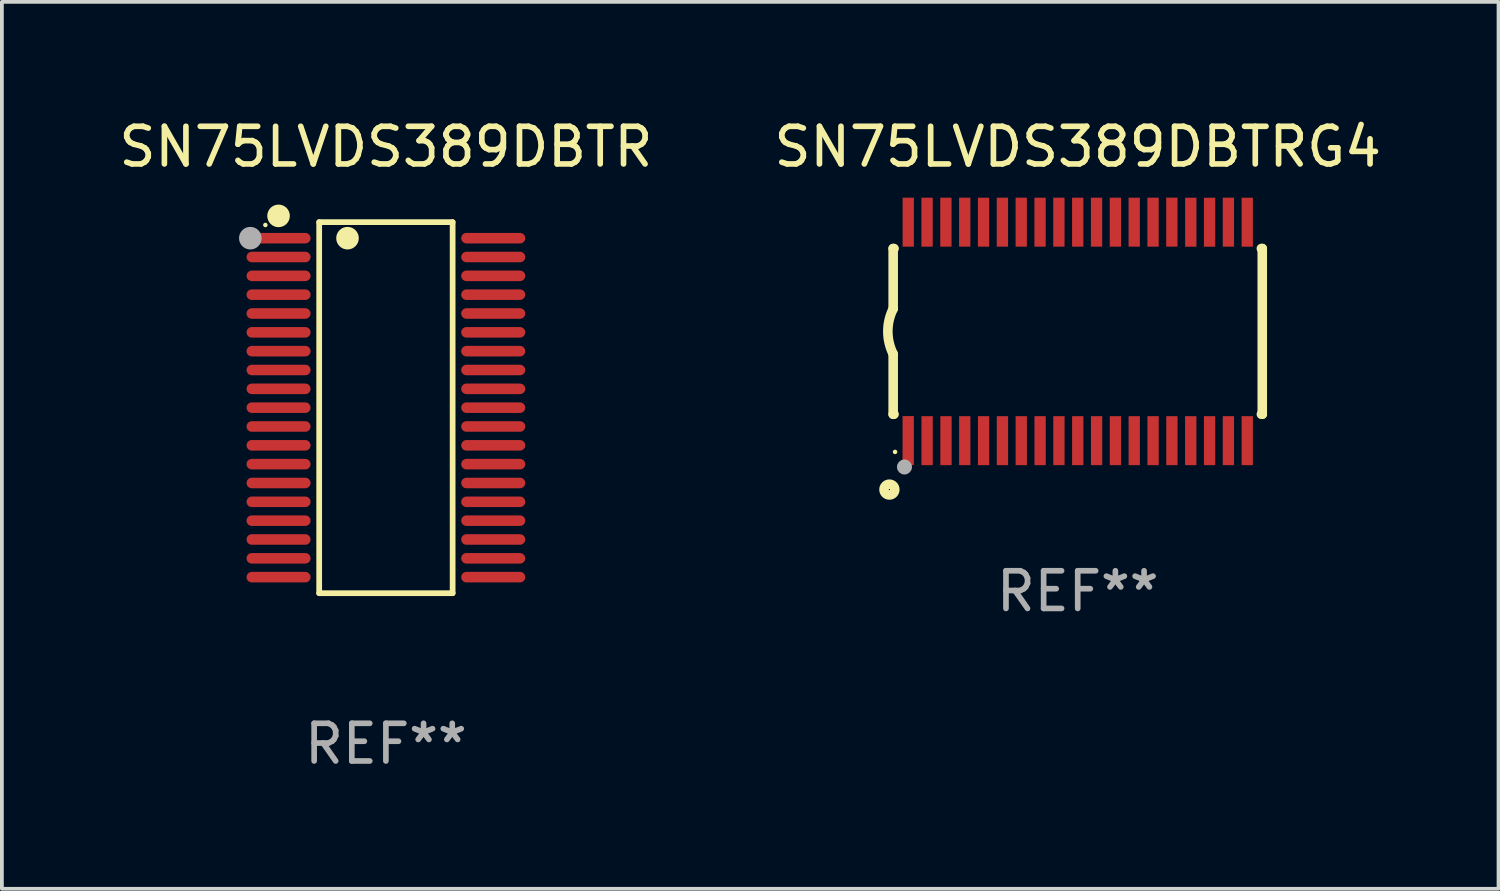
<source format=kicad_pcb>
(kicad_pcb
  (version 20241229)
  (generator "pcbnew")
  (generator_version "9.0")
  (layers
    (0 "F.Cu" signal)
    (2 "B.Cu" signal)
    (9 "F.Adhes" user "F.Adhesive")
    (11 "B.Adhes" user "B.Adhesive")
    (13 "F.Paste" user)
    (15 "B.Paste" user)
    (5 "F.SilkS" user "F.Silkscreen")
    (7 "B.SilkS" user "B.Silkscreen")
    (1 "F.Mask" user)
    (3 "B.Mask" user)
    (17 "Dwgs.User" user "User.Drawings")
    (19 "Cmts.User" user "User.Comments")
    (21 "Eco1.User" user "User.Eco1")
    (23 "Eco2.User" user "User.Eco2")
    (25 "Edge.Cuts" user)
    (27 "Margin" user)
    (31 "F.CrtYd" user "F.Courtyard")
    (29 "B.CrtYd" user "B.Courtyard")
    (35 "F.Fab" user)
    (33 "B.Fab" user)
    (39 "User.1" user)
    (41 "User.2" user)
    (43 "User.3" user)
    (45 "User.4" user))
  (footprint "SN75LVDS389DBTR"
    (layer "F.Cu")
    (at 7.196 7.774)
    (property "Reference" "SN75LVDS389DBTR" (at 0 -6.926 0) (layer "F.SilkS") (effects (font (size 1 1) (thickness 0.15))))
    (attr through_hole)
    (fp_line (start -1.771 -4.926) (end 1.772 -4.926) (stroke (width 0.152) (type solid)) (layer "F.SilkS"))
    (fp_line (start -1.771 4.926) (end -1.771 -4.926) (stroke (width 0.152) (type solid)) (layer "F.SilkS"))
    (fp_line (start 1.772 -4.926) (end 1.772 4.926) (stroke (width 0.152) (type solid)) (layer "F.SilkS"))
    (fp_line (start 1.772 4.926) (end -1.771 4.926) (stroke (width 0.152) (type solid)) (layer "F.SilkS"))
    (fp_circle (center -3.2 -4.85) (end -3.17 -4.85) (stroke (width 0.06) (type solid)) (fill no) (layer "F.SilkS"))
    (fp_circle (center -2.85 -5.092) (end -2.7 -5.092) (stroke (width 0.3) (type solid)) (fill no) (layer "F.SilkS"))
    (fp_circle (center -1.019 -4.5) (end -0.869 -4.5) (stroke (width 0.3) (type solid)) (fill no) (layer "F.SilkS"))
    (fp_circle (center -3.6 -4.5) (end -3.45 -4.5) (stroke (width 0.3) (type solid)) (fill no) (layer "F.Fab"))
    (fp_text user "REF**" (at 0 8.926 0) (layer "F.Fab") (effects (font (size 1 1) (thickness 0.15))))
    (pad "1" smd oval (at -2.85 -4.5 270) (size 0.28 1.7) (layers "F.Cu" "F.Mask" "F.Paste"))
    (pad "2" smd oval (at -2.85 -4 270) (size 0.28 1.7) (layers "F.Cu" "F.Mask" "F.Paste"))
    (pad "3" smd oval (at -2.85 -3.5 270) (size 0.28 1.7) (layers "F.Cu" "F.Mask" "F.Paste"))
    (pad "4" smd oval (at -2.85 -3 270) (size 0.28 1.7) (layers "F.Cu" "F.Mask" "F.Paste"))
    (pad "5" smd oval (at -2.85 -2.5 270) (size 0.28 1.7) (layers "F.Cu" "F.Mask" "F.Paste"))
    (pad "6" smd oval (at -2.85 -2 270) (size 0.28 1.7) (layers "F.Cu" "F.Mask" "F.Paste"))
    (pad "7" smd oval (at -2.85 -1.5 270) (size 0.28 1.7) (layers "F.Cu" "F.Mask" "F.Paste"))
    (pad "8" smd oval (at -2.85 -1 270) (size 0.28 1.7) (layers "F.Cu" "F.Mask" "F.Paste"))
    (pad "9" smd oval (at -2.85 -0.5 270) (size 0.28 1.7) (layers "F.Cu" "F.Mask" "F.Paste"))
    (pad "10" smd oval (at -2.85 0.000051 270) (size 0.28 1.7) (layers "F.Cu" "F.Mask" "F.Paste"))
    (pad "11" smd oval (at -2.85 0.5 270) (size 0.28 1.7) (layers "F.Cu" "F.Mask" "F.Paste"))
    (pad "12" smd oval (at -2.85 1 270) (size 0.28 1.7) (layers "F.Cu" "F.Mask" "F.Paste"))
    (pad "13" smd oval (at -2.85 1.5 270) (size 0.28 1.7) (layers "F.Cu" "F.Mask" "F.Paste"))
    (pad "14" smd oval (at -2.85 2 270) (size 0.28 1.7) (layers "F.Cu" "F.Mask" "F.Paste"))
    (pad "15" smd oval (at -2.85 2.5 270) (size 0.28 1.7) (layers "F.Cu" "F.Mask" "F.Paste"))
    (pad "16" smd oval (at -2.85 3 270) (size 0.28 1.7) (layers "F.Cu" "F.Mask" "F.Paste"))
    (pad "17" smd oval (at -2.85 3.5 270) (size 0.28 1.7) (layers "F.Cu" "F.Mask" "F.Paste"))
    (pad "18" smd oval (at -2.85 4 270) (size 0.28 1.7) (layers "F.Cu" "F.Mask" "F.Paste"))
    (pad "19" smd oval (at -2.85 4.5 270) (size 0.28 1.7) (layers "F.Cu" "F.Mask" "F.Paste"))
    (pad "20" smd oval (at 2.85 4.5 270) (size 0.28 1.7) (layers "F.Cu" "F.Mask" "F.Paste"))
    (pad "21" smd oval (at 2.85 4 270) (size 0.28 1.7) (layers "F.Cu" "F.Mask" "F.Paste"))
    (pad "22" smd oval (at 2.85 3.5 270) (size 0.28 1.7) (layers "F.Cu" "F.Mask" "F.Paste"))
    (pad "23" smd oval (at 2.85 3 270) (size 0.28 1.7) (layers "F.Cu" "F.Mask" "F.Paste"))
    (pad "24" smd oval (at 2.85 2.5 270) (size 0.28 1.7) (layers "F.Cu" "F.Mask" "F.Paste"))
    (pad "25" smd oval (at 2.85 2 270) (size 0.28 1.7) (layers "F.Cu" "F.Mask" "F.Paste"))
    (pad "26" smd oval (at 2.85 1.5 270) (size 0.28 1.7) (layers "F.Cu" "F.Mask" "F.Paste"))
    (pad "27" smd oval (at 2.85 1 270) (size 0.28 1.7) (layers "F.Cu" "F.Mask" "F.Paste"))
    (pad "28" smd oval (at 2.85 0.5 270) (size 0.28 1.7) (layers "F.Cu" "F.Mask" "F.Paste"))
    (pad "29" smd oval (at 2.85 0.000051 270) (size 0.28 1.7) (layers "F.Cu" "F.Mask" "F.Paste"))
    (pad "30" smd oval (at 2.85 -0.5 270) (size 0.28 1.7) (layers "F.Cu" "F.Mask" "F.Paste"))
    (pad "31" smd oval (at 2.85 -1 270) (size 0.28 1.7) (layers "F.Cu" "F.Mask" "F.Paste"))
    (pad "32" smd oval (at 2.85 -1.5 270) (size 0.28 1.7) (layers "F.Cu" "F.Mask" "F.Paste"))
    (pad "33" smd oval (at 2.85 -2 270) (size 0.28 1.7) (layers "F.Cu" "F.Mask" "F.Paste"))
    (pad "34" smd oval (at 2.85 -2.5 270) (size 0.28 1.7) (layers "F.Cu" "F.Mask" "F.Paste"))
    (pad "35" smd oval (at 2.85 -3 270) (size 0.28 1.7) (layers "F.Cu" "F.Mask" "F.Paste"))
    (pad "36" smd oval (at 2.85 -3.5 270) (size 0.28 1.7) (layers "F.Cu" "F.Mask" "F.Paste"))
    (pad "37" smd oval (at 2.85 -4 270) (size 0.28 1.7) (layers "F.Cu" "F.Mask" "F.Paste"))
    (pad "38" smd oval (at 2.85 -4.5 270) (size 0.28 1.7) (layers "F.Cu" "F.Mask" "F.Paste")))
  (footprint "SN75LVDS389DBTRG4"
    (layer "F.Cu")
    (at 25.565 5.749)
    (property "Reference" "SN75LVDS389DBTRG4" (at 0 -4.901 0) (layer "F.SilkS") (effects (font (size 1 1) (thickness 0.15))))
    (attr through_hole)
    (fp_line (start -4.9 -2.2) (end -4.9 -0.6) (stroke (width 0.254) (type solid)) (layer "F.SilkS"))
    (fp_line (start -4.9 -2.2) (end -4.876 -2.2) (stroke (width 0.254) (type solid)) (layer "F.SilkS"))
    (fp_line (start -4.9 2.2) (end -4.9 0.6) (stroke (width 0.254) (type solid)) (layer "F.SilkS"))
    (fp_line (start -4.9 2.2) (end -4.877 2.2) (stroke (width 0.254) (type solid)) (layer "F.SilkS"))
    (fp_line (start 4.876 -2.2) (end 4.9 -2.2) (stroke (width 0.254) (type solid)) (layer "F.SilkS"))
    (fp_line (start 4.877 2.2) (end 4.9 2.2) (stroke (width 0.254) (type solid)) (layer "F.SilkS"))
    (fp_line (start 4.9 -2.2) (end 4.9 2.2) (stroke (width 0.254) (type solid)) (layer "F.SilkS"))
    (fp_arc (start -4.900051 0.599822) (mid -5.041652 -0.000095) (end -4.9 -0.6) (stroke (width 0.254001) (type solid)) (layer "F.SilkS"))
    (fp_circle (center -5 4.2) (end -4.857 4.2) (stroke (width 0.254) (type solid)) (fill no) (layer "F.SilkS"))
    (fp_circle (center -4.85 3.2) (end -4.82 3.2) (stroke (width 0.06) (type solid)) (fill no) (layer "F.SilkS"))
    (fp_circle (center -4.6 3.6) (end -4.5 3.6) (stroke (width 0.2) (type solid)) (fill no) (layer "F.Fab"))
    (fp_text user "REF**" (at 0 6.901 0) (layer "F.Fab") (effects (font (size 1 1) (thickness 0.15))))
    (pad "1" smd rect (at -4.501 2.899 90) (size 1.3 0.3) (layers "F.Cu" "F.Mask" "F.Paste"))
    (pad "2" smd rect (at -3.999 2.901 90) (size 1.3 0.3) (layers "F.Cu" "F.Mask" "F.Paste"))
    (pad "3" smd rect (at -3.498 2.901 90) (size 1.3 0.3) (layers "F.Cu" "F.Mask" "F.Paste"))
    (pad "4" smd rect (at -2.999 2.901 90) (size 1.3 0.3) (layers "F.Cu" "F.Mask" "F.Paste"))
    (pad "5" smd rect (at -2.499 2.901 90) (size 1.3 0.3) (layers "F.Cu" "F.Mask" "F.Paste"))
    (pad "6" smd rect (at -1.999 2.901 90) (size 1.3 0.3) (layers "F.Cu" "F.Mask" "F.Paste"))
    (pad "7" smd rect (at -1.499 2.901 90) (size 1.3 0.3) (layers "F.Cu" "F.Mask" "F.Paste"))
    (pad "8" smd rect (at -0.999 2.901 90) (size 1.3 0.3) (layers "F.Cu" "F.Mask" "F.Paste"))
    (pad "9" smd rect (at -0.499 2.901 90) (size 1.3 0.3) (layers "F.Cu" "F.Mask" "F.Paste"))
    (pad "10" smd rect (at 0.001 2.901 90) (size 1.3 0.3) (layers "F.Cu" "F.Mask" "F.Paste"))
    (pad "11" smd rect (at 0.501 2.901 90) (size 1.3 0.3) (layers "F.Cu" "F.Mask" "F.Paste"))
    (pad "12" smd rect (at 1.001 2.901 90) (size 1.3 0.3) (layers "F.Cu" "F.Mask" "F.Paste"))
    (pad "13" smd rect (at 1.501 2.901 90) (size 1.3 0.3) (layers "F.Cu" "F.Mask" "F.Paste"))
    (pad "14" smd rect (at 2.001 2.901 90) (size 1.3 0.3) (layers "F.Cu" "F.Mask" "F.Paste"))
    (pad "15" smd rect (at 2.501 2.901 90) (size 1.3 0.3) (layers "F.Cu" "F.Mask" "F.Paste"))
    (pad "16" smd rect (at 3.001 2.901 90) (size 1.3 0.3) (layers "F.Cu" "F.Mask" "F.Paste"))
    (pad "17" smd rect (at 3.501 2.901 90) (size 1.3 0.3) (layers "F.Cu" "F.Mask" "F.Paste"))
    (pad "18" smd rect (at 4.001 2.901 90) (size 1.3 0.3) (layers "F.Cu" "F.Mask" "F.Paste"))
    (pad "19" smd rect (at 4.501 2.901 90) (size 1.3 0.3) (layers "F.Cu" "F.Mask" "F.Paste"))
    (pad "20" smd rect (at 4.501 -2.899 90) (size 1.3 0.3) (layers "F.Cu" "F.Mask" "F.Paste"))
    (pad "21" smd rect (at 4.001 -2.9 90) (size 1.3 0.3) (layers "F.Cu" "F.Mask" "F.Paste"))
    (pad "22" smd rect (at 3.501 -2.899 90) (size 1.3 0.3) (layers "F.Cu" "F.Mask" "F.Paste"))
    (pad "23" smd rect (at 3.002 -2.899 90) (size 1.3 0.3) (layers "F.Cu" "F.Mask" "F.Paste"))
    (pad "24" smd rect (at 2.499 -2.901 90) (size 1.3 0.3) (layers "F.Cu" "F.Mask" "F.Paste"))
    (pad "25" smd rect (at 2 -2.9 90) (size 1.3 0.3) (layers "F.Cu" "F.Mask" "F.Paste"))
    (pad "26" smd rect (at 1.5 -2.9 90) (size 1.3 0.3) (layers "F.Cu" "F.Mask" "F.Paste"))
    (pad "27" smd rect (at 1 -2.9 90) (size 1.3 0.3) (layers "F.Cu" "F.Mask" "F.Paste"))
    (pad "28" smd rect (at 0.5 -2.9 90) (size 1.3 0.3) (layers "F.Cu" "F.Mask" "F.Paste"))
    (pad "29" smd rect (at 0.000127 -2.9 90) (size 1.3 0.3) (layers "F.Cu" "F.Mask" "F.Paste"))
    (pad "30" smd rect (at -0.5 -2.9 90) (size 1.3 0.3) (layers "F.Cu" "F.Mask" "F.Paste"))
    (pad "31" smd rect (at -1 -2.9 90) (size 1.3 0.3) (layers "F.Cu" "F.Mask" "F.Paste"))
    (pad "32" smd rect (at -1.5 -2.9 90) (size 1.3 0.3) (layers "F.Cu" "F.Mask" "F.Paste"))
    (pad "33" smd rect (at -2 -2.9 90) (size 1.3 0.3) (layers "F.Cu" "F.Mask" "F.Paste"))
    (pad "34" smd rect (at -2.5 -2.9 90) (size 1.3 0.3) (layers "F.Cu" "F.Mask" "F.Paste"))
    (pad "35" smd rect (at -3 -2.9 90) (size 1.3 0.3) (layers "F.Cu" "F.Mask" "F.Paste"))
    (pad "36" smd rect (at -3.5 -2.9 90) (size 1.3 0.3) (layers "F.Cu" "F.Mask" "F.Paste"))
    (pad "37" smd rect (at -4 -2.9 90) (size 1.3 0.3) (layers "F.Cu" "F.Mask" "F.Paste"))
    (pad "38" smd rect (at -4.5 -2.9 90) (size 1.3 0.3) (layers "F.Cu" "F.Mask" "F.Paste")))
  (gr_rect
    (start -3 -3)
    (end 36.738 20.549)
    (stroke (width 0.1) (type default))
    (fill no)
    (layer "Edge.Cuts")))
</source>
